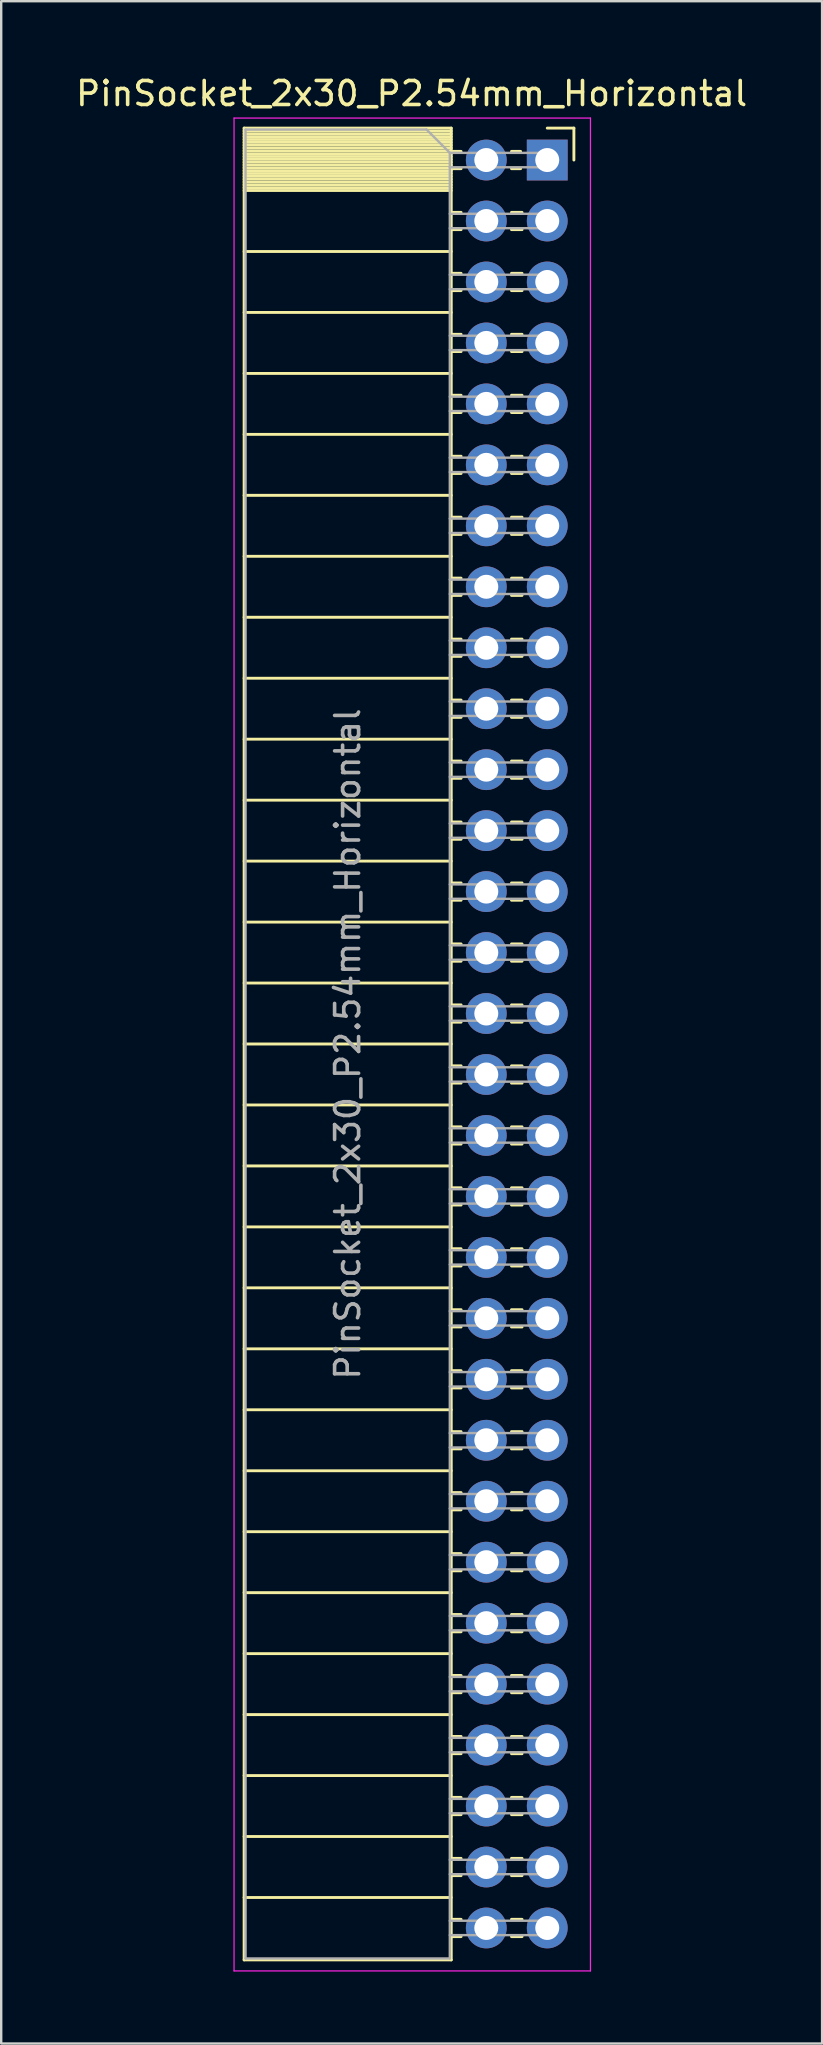
<source format=kicad_pcb>
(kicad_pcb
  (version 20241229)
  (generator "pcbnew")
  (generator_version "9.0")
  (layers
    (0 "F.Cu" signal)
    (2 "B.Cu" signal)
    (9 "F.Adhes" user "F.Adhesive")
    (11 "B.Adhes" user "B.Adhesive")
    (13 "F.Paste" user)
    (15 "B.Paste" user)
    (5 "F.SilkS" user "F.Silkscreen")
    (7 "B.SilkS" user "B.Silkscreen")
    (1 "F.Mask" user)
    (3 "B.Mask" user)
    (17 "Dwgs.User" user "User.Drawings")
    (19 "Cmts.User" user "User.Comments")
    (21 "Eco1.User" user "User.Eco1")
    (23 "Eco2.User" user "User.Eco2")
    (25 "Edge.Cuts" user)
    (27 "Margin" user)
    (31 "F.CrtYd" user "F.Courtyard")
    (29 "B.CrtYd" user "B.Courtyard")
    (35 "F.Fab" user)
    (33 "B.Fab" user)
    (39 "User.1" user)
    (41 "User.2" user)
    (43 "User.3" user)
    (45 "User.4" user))
  (footprint "PinSocket_2x30_P2.54mm_Horizontal"
    (layer "F.Cu")
    (at 19.751 3.618)
    (property "Reference" "PinSocket_2x30_P2.54mm_Horizontal" (at -5.65 -2.77 0) (layer "F.SilkS") (effects (font (size 1 1) (thickness 0.15))))
    (attr through_hole)
    (fp_line (start -12.63 -1.33) (end -12.63 74.99) (stroke (width 0.12) (type solid)) (layer "F.SilkS"))
    (fp_line (start -12.63 -1.33) (end -4 -1.33) (stroke (width 0.12) (type solid)) (layer "F.SilkS"))
    (fp_line (start -12.63 -1.21) (end -4 -1.21) (stroke (width 0.12) (type solid)) (layer "F.SilkS"))
    (fp_line (start -12.63 -1.092) (end -4 -1.092) (stroke (width 0.12) (type solid)) (layer "F.SilkS"))
    (fp_line (start -12.63 -0.974) (end -4 -0.974) (stroke (width 0.12) (type solid)) (layer "F.SilkS"))
    (fp_line (start -12.63 -0.856) (end -4 -0.856) (stroke (width 0.12) (type solid)) (layer "F.SilkS"))
    (fp_line (start -12.63 -0.738) (end -4 -0.738) (stroke (width 0.12) (type solid)) (layer "F.SilkS"))
    (fp_line (start -12.63 -0.62) (end -4 -0.62) (stroke (width 0.12) (type solid)) (layer "F.SilkS"))
    (fp_line (start -12.63 -0.501) (end -4 -0.501) (stroke (width 0.12) (type solid)) (layer "F.SilkS"))
    (fp_line (start -12.63 -0.383) (end -4 -0.383) (stroke (width 0.12) (type solid)) (layer "F.SilkS"))
    (fp_line (start -12.63 -0.265) (end -4 -0.265) (stroke (width 0.12) (type solid)) (layer "F.SilkS"))
    (fp_line (start -12.63 -0.147) (end -4 -0.147) (stroke (width 0.12) (type solid)) (layer "F.SilkS"))
    (fp_line (start -12.63 -0.029) (end -4 -0.029) (stroke (width 0.12) (type solid)) (layer "F.SilkS"))
    (fp_line (start -12.63 0.089) (end -4 0.089) (stroke (width 0.12) (type solid)) (layer "F.SilkS"))
    (fp_line (start -12.63 0.207) (end -4 0.207) (stroke (width 0.12) (type solid)) (layer "F.SilkS"))
    (fp_line (start -12.63 0.325) (end -4 0.325) (stroke (width 0.12) (type solid)) (layer "F.SilkS"))
    (fp_line (start -12.63 0.443) (end -4 0.443) (stroke (width 0.12) (type solid)) (layer "F.SilkS"))
    (fp_line (start -12.63 0.561) (end -4 0.561) (stroke (width 0.12) (type solid)) (layer "F.SilkS"))
    (fp_line (start -12.63 0.68) (end -4 0.68) (stroke (width 0.12) (type solid)) (layer "F.SilkS"))
    (fp_line (start -12.63 0.798) (end -4 0.798) (stroke (width 0.12) (type solid)) (layer "F.SilkS"))
    (fp_line (start -12.63 0.916) (end -4 0.916) (stroke (width 0.12) (type solid)) (layer "F.SilkS"))
    (fp_line (start -12.63 1.034) (end -4 1.034) (stroke (width 0.12) (type solid)) (layer "F.SilkS"))
    (fp_line (start -12.63 1.152) (end -4 1.152) (stroke (width 0.12) (type solid)) (layer "F.SilkS"))
    (fp_line (start -12.63 1.27) (end -4 1.27) (stroke (width 0.12) (type solid)) (layer "F.SilkS"))
    (fp_line (start -12.63 3.81) (end -4 3.81) (stroke (width 0.12) (type solid)) (layer "F.SilkS"))
    (fp_line (start -12.63 6.35) (end -4 6.35) (stroke (width 0.12) (type solid)) (layer "F.SilkS"))
    (fp_line (start -12.63 8.89) (end -4 8.89) (stroke (width 0.12) (type solid)) (layer "F.SilkS"))
    (fp_line (start -12.63 11.43) (end -4 11.43) (stroke (width 0.12) (type solid)) (layer "F.SilkS"))
    (fp_line (start -12.63 13.97) (end -4 13.97) (stroke (width 0.12) (type solid)) (layer "F.SilkS"))
    (fp_line (start -12.63 16.51) (end -4 16.51) (stroke (width 0.12) (type solid)) (layer "F.SilkS"))
    (fp_line (start -12.63 19.05) (end -4 19.05) (stroke (width 0.12) (type solid)) (layer "F.SilkS"))
    (fp_line (start -12.63 21.59) (end -4 21.59) (stroke (width 0.12) (type solid)) (layer "F.SilkS"))
    (fp_line (start -12.63 24.13) (end -4 24.13) (stroke (width 0.12) (type solid)) (layer "F.SilkS"))
    (fp_line (start -12.63 26.67) (end -4 26.67) (stroke (width 0.12) (type solid)) (layer "F.SilkS"))
    (fp_line (start -12.63 29.21) (end -4 29.21) (stroke (width 0.12) (type solid)) (layer "F.SilkS"))
    (fp_line (start -12.63 31.75) (end -4 31.75) (stroke (width 0.12) (type solid)) (layer "F.SilkS"))
    (fp_line (start -12.63 34.29) (end -4 34.29) (stroke (width 0.12) (type solid)) (layer "F.SilkS"))
    (fp_line (start -12.63 36.83) (end -4 36.83) (stroke (width 0.12) (type solid)) (layer "F.SilkS"))
    (fp_line (start -12.63 39.37) (end -4 39.37) (stroke (width 0.12) (type solid)) (layer "F.SilkS"))
    (fp_line (start -12.63 41.91) (end -4 41.91) (stroke (width 0.12) (type solid)) (layer "F.SilkS"))
    (fp_line (start -12.63 44.45) (end -4 44.45) (stroke (width 0.12) (type solid)) (layer "F.SilkS"))
    (fp_line (start -12.63 46.99) (end -4 46.99) (stroke (width 0.12) (type solid)) (layer "F.SilkS"))
    (fp_line (start -12.63 49.53) (end -4 49.53) (stroke (width 0.12) (type solid)) (layer "F.SilkS"))
    (fp_line (start -12.63 52.07) (end -4 52.07) (stroke (width 0.12) (type solid)) (layer "F.SilkS"))
    (fp_line (start -12.63 54.61) (end -4 54.61) (stroke (width 0.12) (type solid)) (layer "F.SilkS"))
    (fp_line (start -12.63 57.15) (end -4 57.15) (stroke (width 0.12) (type solid)) (layer "F.SilkS"))
    (fp_line (start -12.63 59.69) (end -4 59.69) (stroke (width 0.12) (type solid)) (layer "F.SilkS"))
    (fp_line (start -12.63 62.23) (end -4 62.23) (stroke (width 0.12) (type solid)) (layer "F.SilkS"))
    (fp_line (start -12.63 64.77) (end -4 64.77) (stroke (width 0.12) (type solid)) (layer "F.SilkS"))
    (fp_line (start -12.63 67.31) (end -4 67.31) (stroke (width 0.12) (type solid)) (layer "F.SilkS"))
    (fp_line (start -12.63 69.85) (end -4 69.85) (stroke (width 0.12) (type solid)) (layer "F.SilkS"))
    (fp_line (start -12.63 72.39) (end -4 72.39) (stroke (width 0.12) (type solid)) (layer "F.SilkS"))
    (fp_line (start -12.63 74.99) (end -4 74.99) (stroke (width 0.12) (type solid)) (layer "F.SilkS"))
    (fp_line (start -4 -1.33) (end -4 74.99) (stroke (width 0.12) (type solid)) (layer "F.SilkS"))
    (fp_line (start -4 -0.36) (end -3.59 -0.36) (stroke (width 0.12) (type solid)) (layer "F.SilkS"))
    (fp_line (start -4 0.36) (end -3.59 0.36) (stroke (width 0.12) (type solid)) (layer "F.SilkS"))
    (fp_line (start -4 2.18) (end -3.59 2.18) (stroke (width 0.12) (type solid)) (layer "F.SilkS"))
    (fp_line (start -4 2.9) (end -3.59 2.9) (stroke (width 0.12) (type solid)) (layer "F.SilkS"))
    (fp_line (start -4 4.72) (end -3.59 4.72) (stroke (width 0.12) (type solid)) (layer "F.SilkS"))
    (fp_line (start -4 5.44) (end -3.59 5.44) (stroke (width 0.12) (type solid)) (layer "F.SilkS"))
    (fp_line (start -4 7.26) (end -3.59 7.26) (stroke (width 0.12) (type solid)) (layer "F.SilkS"))
    (fp_line (start -4 7.98) (end -3.59 7.98) (stroke (width 0.12) (type solid)) (layer "F.SilkS"))
    (fp_line (start -4 9.8) (end -3.59 9.8) (stroke (width 0.12) (type solid)) (layer "F.SilkS"))
    (fp_line (start -4 10.52) (end -3.59 10.52) (stroke (width 0.12) (type solid)) (layer "F.SilkS"))
    (fp_line (start -4 12.34) (end -3.59 12.34) (stroke (width 0.12) (type solid)) (layer "F.SilkS"))
    (fp_line (start -4 13.06) (end -3.59 13.06) (stroke (width 0.12) (type solid)) (layer "F.SilkS"))
    (fp_line (start -4 14.88) (end -3.59 14.88) (stroke (width 0.12) (type solid)) (layer "F.SilkS"))
    (fp_line (start -4 15.6) (end -3.59 15.6) (stroke (width 0.12) (type solid)) (layer "F.SilkS"))
    (fp_line (start -4 17.42) (end -3.59 17.42) (stroke (width 0.12) (type solid)) (layer "F.SilkS"))
    (fp_line (start -4 18.14) (end -3.59 18.14) (stroke (width 0.12) (type solid)) (layer "F.SilkS"))
    (fp_line (start -4 19.96) (end -3.59 19.96) (stroke (width 0.12) (type solid)) (layer "F.SilkS"))
    (fp_line (start -4 20.68) (end -3.59 20.68) (stroke (width 0.12) (type solid)) (layer "F.SilkS"))
    (fp_line (start -4 22.5) (end -3.59 22.5) (stroke (width 0.12) (type solid)) (layer "F.SilkS"))
    (fp_line (start -4 23.22) (end -3.59 23.22) (stroke (width 0.12) (type solid)) (layer "F.SilkS"))
    (fp_line (start -4 25.04) (end -3.59 25.04) (stroke (width 0.12) (type solid)) (layer "F.SilkS"))
    (fp_line (start -4 25.76) (end -3.59 25.76) (stroke (width 0.12) (type solid)) (layer "F.SilkS"))
    (fp_line (start -4 27.58) (end -3.59 27.58) (stroke (width 0.12) (type solid)) (layer "F.SilkS"))
    (fp_line (start -4 28.3) (end -3.59 28.3) (stroke (width 0.12) (type solid)) (layer "F.SilkS"))
    (fp_line (start -4 30.12) (end -3.59 30.12) (stroke (width 0.12) (type solid)) (layer "F.SilkS"))
    (fp_line (start -4 30.84) (end -3.59 30.84) (stroke (width 0.12) (type solid)) (layer "F.SilkS"))
    (fp_line (start -4 32.66) (end -3.59 32.66) (stroke (width 0.12) (type solid)) (layer "F.SilkS"))
    (fp_line (start -4 33.38) (end -3.59 33.38) (stroke (width 0.12) (type solid)) (layer "F.SilkS"))
    (fp_line (start -4 35.2) (end -3.59 35.2) (stroke (width 0.12) (type solid)) (layer "F.SilkS"))
    (fp_line (start -4 35.92) (end -3.59 35.92) (stroke (width 0.12) (type solid)) (layer "F.SilkS"))
    (fp_line (start -4 37.74) (end -3.59 37.74) (stroke (width 0.12) (type solid)) (layer "F.SilkS"))
    (fp_line (start -4 38.46) (end -3.59 38.46) (stroke (width 0.12) (type solid)) (layer "F.SilkS"))
    (fp_line (start -4 40.28) (end -3.59 40.28) (stroke (width 0.12) (type solid)) (layer "F.SilkS"))
    (fp_line (start -4 41) (end -3.59 41) (stroke (width 0.12) (type solid)) (layer "F.SilkS"))
    (fp_line (start -4 42.82) (end -3.59 42.82) (stroke (width 0.12) (type solid)) (layer "F.SilkS"))
    (fp_line (start -4 43.54) (end -3.59 43.54) (stroke (width 0.12) (type solid)) (layer "F.SilkS"))
    (fp_line (start -4 45.36) (end -3.59 45.36) (stroke (width 0.12) (type solid)) (layer "F.SilkS"))
    (fp_line (start -4 46.08) (end -3.59 46.08) (stroke (width 0.12) (type solid)) (layer "F.SilkS"))
    (fp_line (start -4 47.9) (end -3.59 47.9) (stroke (width 0.12) (type solid)) (layer "F.SilkS"))
    (fp_line (start -4 48.62) (end -3.59 48.62) (stroke (width 0.12) (type solid)) (layer "F.SilkS"))
    (fp_line (start -4 50.44) (end -3.59 50.44) (stroke (width 0.12) (type solid)) (layer "F.SilkS"))
    (fp_line (start -4 51.16) (end -3.59 51.16) (stroke (width 0.12) (type solid)) (layer "F.SilkS"))
    (fp_line (start -4 52.98) (end -3.59 52.98) (stroke (width 0.12) (type solid)) (layer "F.SilkS"))
    (fp_line (start -4 53.7) (end -3.59 53.7) (stroke (width 0.12) (type solid)) (layer "F.SilkS"))
    (fp_line (start -4 55.52) (end -3.59 55.52) (stroke (width 0.12) (type solid)) (layer "F.SilkS"))
    (fp_line (start -4 56.24) (end -3.59 56.24) (stroke (width 0.12) (type solid)) (layer "F.SilkS"))
    (fp_line (start -4 58.06) (end -3.59 58.06) (stroke (width 0.12) (type solid)) (layer "F.SilkS"))
    (fp_line (start -4 58.78) (end -3.59 58.78) (stroke (width 0.12) (type solid)) (layer "F.SilkS"))
    (fp_line (start -4 60.6) (end -3.59 60.6) (stroke (width 0.12) (type solid)) (layer "F.SilkS"))
    (fp_line (start -4 61.32) (end -3.59 61.32) (stroke (width 0.12) (type solid)) (layer "F.SilkS"))
    (fp_line (start -4 63.14) (end -3.59 63.14) (stroke (width 0.12) (type solid)) (layer "F.SilkS"))
    (fp_line (start -4 63.86) (end -3.59 63.86) (stroke (width 0.12) (type solid)) (layer "F.SilkS"))
    (fp_line (start -4 65.68) (end -3.59 65.68) (stroke (width 0.12) (type solid)) (layer "F.SilkS"))
    (fp_line (start -4 66.4) (end -3.59 66.4) (stroke (width 0.12) (type solid)) (layer "F.SilkS"))
    (fp_line (start -4 68.22) (end -3.59 68.22) (stroke (width 0.12) (type solid)) (layer "F.SilkS"))
    (fp_line (start -4 68.94) (end -3.59 68.94) (stroke (width 0.12) (type solid)) (layer "F.SilkS"))
    (fp_line (start -4 70.76) (end -3.59 70.76) (stroke (width 0.12) (type solid)) (layer "F.SilkS"))
    (fp_line (start -4 71.48) (end -3.59 71.48) (stroke (width 0.12) (type solid)) (layer "F.SilkS"))
    (fp_line (start -4 73.3) (end -3.59 73.3) (stroke (width 0.12) (type solid)) (layer "F.SilkS"))
    (fp_line (start -4 74.02) (end -3.59 74.02) (stroke (width 0.12) (type solid)) (layer "F.SilkS"))
    (fp_line (start -1.49 -0.36) (end -1.11 -0.36) (stroke (width 0.12) (type solid)) (layer "F.SilkS"))
    (fp_line (start -1.49 0.36) (end -1.11 0.36) (stroke (width 0.12) (type solid)) (layer "F.SilkS"))
    (fp_line (start -1.49 2.18) (end -1.05 2.18) (stroke (width 0.12) (type solid)) (layer "F.SilkS"))
    (fp_line (start -1.49 2.9) (end -1.05 2.9) (stroke (width 0.12) (type solid)) (layer "F.SilkS"))
    (fp_line (start -1.49 4.72) (end -1.05 4.72) (stroke (width 0.12) (type solid)) (layer "F.SilkS"))
    (fp_line (start -1.49 5.44) (end -1.05 5.44) (stroke (width 0.12) (type solid)) (layer "F.SilkS"))
    (fp_line (start -1.49 7.26) (end -1.05 7.26) (stroke (width 0.12) (type solid)) (layer "F.SilkS"))
    (fp_line (start -1.49 7.98) (end -1.05 7.98) (stroke (width 0.12) (type solid)) (layer "F.SilkS"))
    (fp_line (start -1.49 9.8) (end -1.05 9.8) (stroke (width 0.12) (type solid)) (layer "F.SilkS"))
    (fp_line (start -1.49 10.52) (end -1.05 10.52) (stroke (width 0.12) (type solid)) (layer "F.SilkS"))
    (fp_line (start -1.49 12.34) (end -1.05 12.34) (stroke (width 0.12) (type solid)) (layer "F.SilkS"))
    (fp_line (start -1.49 13.06) (end -1.05 13.06) (stroke (width 0.12) (type solid)) (layer "F.SilkS"))
    (fp_line (start -1.49 14.88) (end -1.05 14.88) (stroke (width 0.12) (type solid)) (layer "F.SilkS"))
    (fp_line (start -1.49 15.6) (end -1.05 15.6) (stroke (width 0.12) (type solid)) (layer "F.SilkS"))
    (fp_line (start -1.49 17.42) (end -1.05 17.42) (stroke (width 0.12) (type solid)) (layer "F.SilkS"))
    (fp_line (start -1.49 18.14) (end -1.05 18.14) (stroke (width 0.12) (type solid)) (layer "F.SilkS"))
    (fp_line (start -1.49 19.96) (end -1.05 19.96) (stroke (width 0.12) (type solid)) (layer "F.SilkS"))
    (fp_line (start -1.49 20.68) (end -1.05 20.68) (stroke (width 0.12) (type solid)) (layer "F.SilkS"))
    (fp_line (start -1.49 22.5) (end -1.05 22.5) (stroke (width 0.12) (type solid)) (layer "F.SilkS"))
    (fp_line (start -1.49 23.22) (end -1.05 23.22) (stroke (width 0.12) (type solid)) (layer "F.SilkS"))
    (fp_line (start -1.49 25.04) (end -1.05 25.04) (stroke (width 0.12) (type solid)) (layer "F.SilkS"))
    (fp_line (start -1.49 25.76) (end -1.05 25.76) (stroke (width 0.12) (type solid)) (layer "F.SilkS"))
    (fp_line (start -1.49 27.58) (end -1.05 27.58) (stroke (width 0.12) (type solid)) (layer "F.SilkS"))
    (fp_line (start -1.49 28.3) (end -1.05 28.3) (stroke (width 0.12) (type solid)) (layer "F.SilkS"))
    (fp_line (start -1.49 30.12) (end -1.05 30.12) (stroke (width 0.12) (type solid)) (layer "F.SilkS"))
    (fp_line (start -1.49 30.84) (end -1.05 30.84) (stroke (width 0.12) (type solid)) (layer "F.SilkS"))
    (fp_line (start -1.49 32.66) (end -1.05 32.66) (stroke (width 0.12) (type solid)) (layer "F.SilkS"))
    (fp_line (start -1.49 33.38) (end -1.05 33.38) (stroke (width 0.12) (type solid)) (layer "F.SilkS"))
    (fp_line (start -1.49 35.2) (end -1.05 35.2) (stroke (width 0.12) (type solid)) (layer "F.SilkS"))
    (fp_line (start -1.49 35.92) (end -1.05 35.92) (stroke (width 0.12) (type solid)) (layer "F.SilkS"))
    (fp_line (start -1.49 37.74) (end -1.05 37.74) (stroke (width 0.12) (type solid)) (layer "F.SilkS"))
    (fp_line (start -1.49 38.46) (end -1.05 38.46) (stroke (width 0.12) (type solid)) (layer "F.SilkS"))
    (fp_line (start -1.49 40.28) (end -1.05 40.28) (stroke (width 0.12) (type solid)) (layer "F.SilkS"))
    (fp_line (start -1.49 41) (end -1.05 41) (stroke (width 0.12) (type solid)) (layer "F.SilkS"))
    (fp_line (start -1.49 42.82) (end -1.05 42.82) (stroke (width 0.12) (type solid)) (layer "F.SilkS"))
    (fp_line (start -1.49 43.54) (end -1.05 43.54) (stroke (width 0.12) (type solid)) (layer "F.SilkS"))
    (fp_line (start -1.49 45.36) (end -1.05 45.36) (stroke (width 0.12) (type solid)) (layer "F.SilkS"))
    (fp_line (start -1.49 46.08) (end -1.05 46.08) (stroke (width 0.12) (type solid)) (layer "F.SilkS"))
    (fp_line (start -1.49 47.9) (end -1.05 47.9) (stroke (width 0.12) (type solid)) (layer "F.SilkS"))
    (fp_line (start -1.49 48.62) (end -1.05 48.62) (stroke (width 0.12) (type solid)) (layer "F.SilkS"))
    (fp_line (start -1.49 50.44) (end -1.05 50.44) (stroke (width 0.12) (type solid)) (layer "F.SilkS"))
    (fp_line (start -1.49 51.16) (end -1.05 51.16) (stroke (width 0.12) (type solid)) (layer "F.SilkS"))
    (fp_line (start -1.49 52.98) (end -1.05 52.98) (stroke (width 0.12) (type solid)) (layer "F.SilkS"))
    (fp_line (start -1.49 53.7) (end -1.05 53.7) (stroke (width 0.12) (type solid)) (layer "F.SilkS"))
    (fp_line (start -1.49 55.52) (end -1.05 55.52) (stroke (width 0.12) (type solid)) (layer "F.SilkS"))
    (fp_line (start -1.49 56.24) (end -1.05 56.24) (stroke (width 0.12) (type solid)) (layer "F.SilkS"))
    (fp_line (start -1.49 58.06) (end -1.05 58.06) (stroke (width 0.12) (type solid)) (layer "F.SilkS"))
    (fp_line (start -1.49 58.78) (end -1.05 58.78) (stroke (width 0.12) (type solid)) (layer "F.SilkS"))
    (fp_line (start -1.49 60.6) (end -1.05 60.6) (stroke (width 0.12) (type solid)) (layer "F.SilkS"))
    (fp_line (start -1.49 61.32) (end -1.05 61.32) (stroke (width 0.12) (type solid)) (layer "F.SilkS"))
    (fp_line (start -1.49 63.14) (end -1.05 63.14) (stroke (width 0.12) (type solid)) (layer "F.SilkS"))
    (fp_line (start -1.49 63.86) (end -1.05 63.86) (stroke (width 0.12) (type solid)) (layer "F.SilkS"))
    (fp_line (start -1.49 65.68) (end -1.05 65.68) (stroke (width 0.12) (type solid)) (layer "F.SilkS"))
    (fp_line (start -1.49 66.4) (end -1.05 66.4) (stroke (width 0.12) (type solid)) (layer "F.SilkS"))
    (fp_line (start -1.49 68.22) (end -1.05 68.22) (stroke (width 0.12) (type solid)) (layer "F.SilkS"))
    (fp_line (start -1.49 68.94) (end -1.05 68.94) (stroke (width 0.12) (type solid)) (layer "F.SilkS"))
    (fp_line (start -1.49 70.76) (end -1.05 70.76) (stroke (width 0.12) (type solid)) (layer "F.SilkS"))
    (fp_line (start -1.49 71.48) (end -1.05 71.48) (stroke (width 0.12) (type solid)) (layer "F.SilkS"))
    (fp_line (start -1.49 73.3) (end -1.05 73.3) (stroke (width 0.12) (type solid)) (layer "F.SilkS"))
    (fp_line (start -1.49 74.02) (end -1.05 74.02) (stroke (width 0.12) (type solid)) (layer "F.SilkS"))
    (fp_line (start 0 -1.33) (end 1.11 -1.33) (stroke (width 0.12) (type solid)) (layer "F.SilkS"))
    (fp_line (start 1.11 -1.33) (end 1.11 0) (stroke (width 0.12) (type solid)) (layer "F.SilkS"))
    (fp_line (start -13.05 -1.75) (end -13.05 75.45) (stroke (width 0.05) (type solid)) (layer "F.CrtYd"))
    (fp_line (start -13.05 75.45) (end 1.8 75.45) (stroke (width 0.05) (type solid)) (layer "F.CrtYd"))
    (fp_line (start 1.8 -1.75) (end -13.05 -1.75) (stroke (width 0.05) (type solid)) (layer "F.CrtYd"))
    (fp_line (start 1.8 75.45) (end 1.8 -1.75) (stroke (width 0.05) (type solid)) (layer "F.CrtYd"))
    (fp_line (start -12.57 -1.27) (end -5.03 -1.27) (stroke (width 0.1) (type solid)) (layer "F.Fab"))
    (fp_line (start -12.57 74.93) (end -12.57 -1.27) (stroke (width 0.1) (type solid)) (layer "F.Fab"))
    (fp_line (start -5.03 -1.27) (end -4.06 -0.3) (stroke (width 0.1) (type solid)) (layer "F.Fab"))
    (fp_line (start -4.06 -0.3) (end -4.06 74.93) (stroke (width 0.1) (type solid)) (layer "F.Fab"))
    (fp_line (start -4.06 0.3) (end 0 0.3) (stroke (width 0.1) (type solid)) (layer "F.Fab"))
    (fp_line (start -4.06 2.84) (end 0 2.84) (stroke (width 0.1) (type solid)) (layer "F.Fab"))
    (fp_line (start -4.06 5.38) (end 0 5.38) (stroke (width 0.1) (type solid)) (layer "F.Fab"))
    (fp_line (start -4.06 7.92) (end 0 7.92) (stroke (width 0.1) (type solid)) (layer "F.Fab"))
    (fp_line (start -4.06 10.46) (end 0 10.46) (stroke (width 0.1) (type solid)) (layer "F.Fab"))
    (fp_line (start -4.06 13) (end 0 13) (stroke (width 0.1) (type solid)) (layer "F.Fab"))
    (fp_line (start -4.06 15.54) (end 0 15.54) (stroke (width 0.1) (type solid)) (layer "F.Fab"))
    (fp_line (start -4.06 18.08) (end 0 18.08) (stroke (width 0.1) (type solid)) (layer "F.Fab"))
    (fp_line (start -4.06 20.62) (end 0 20.62) (stroke (width 0.1) (type solid)) (layer "F.Fab"))
    (fp_line (start -4.06 23.16) (end 0 23.16) (stroke (width 0.1) (type solid)) (layer "F.Fab"))
    (fp_line (start -4.06 25.7) (end 0 25.7) (stroke (width 0.1) (type solid)) (layer "F.Fab"))
    (fp_line (start -4.06 28.24) (end 0 28.24) (stroke (width 0.1) (type solid)) (layer "F.Fab"))
    (fp_line (start -4.06 30.78) (end 0 30.78) (stroke (width 0.1) (type solid)) (layer "F.Fab"))
    (fp_line (start -4.06 33.32) (end 0 33.32) (stroke (width 0.1) (type solid)) (layer "F.Fab"))
    (fp_line (start -4.06 35.86) (end 0 35.86) (stroke (width 0.1) (type solid)) (layer "F.Fab"))
    (fp_line (start -4.06 38.4) (end 0 38.4) (stroke (width 0.1) (type solid)) (layer "F.Fab"))
    (fp_line (start -4.06 40.94) (end 0 40.94) (stroke (width 0.1) (type solid)) (layer "F.Fab"))
    (fp_line (start -4.06 43.48) (end 0 43.48) (stroke (width 0.1) (type solid)) (layer "F.Fab"))
    (fp_line (start -4.06 46.02) (end 0 46.02) (stroke (width 0.1) (type solid)) (layer "F.Fab"))
    (fp_line (start -4.06 48.56) (end 0 48.56) (stroke (width 0.1) (type solid)) (layer "F.Fab"))
    (fp_line (start -4.06 51.1) (end 0 51.1) (stroke (width 0.1) (type solid)) (layer "F.Fab"))
    (fp_line (start -4.06 53.64) (end 0 53.64) (stroke (width 0.1) (type solid)) (layer "F.Fab"))
    (fp_line (start -4.06 56.18) (end 0 56.18) (stroke (width 0.1) (type solid)) (layer "F.Fab"))
    (fp_line (start -4.06 58.72) (end 0 58.72) (stroke (width 0.1) (type solid)) (layer "F.Fab"))
    (fp_line (start -4.06 61.26) (end 0 61.26) (stroke (width 0.1) (type solid)) (layer "F.Fab"))
    (fp_line (start -4.06 63.8) (end 0 63.8) (stroke (width 0.1) (type solid)) (layer "F.Fab"))
    (fp_line (start -4.06 66.34) (end 0 66.34) (stroke (width 0.1) (type solid)) (layer "F.Fab"))
    (fp_line (start -4.06 68.88) (end 0 68.88) (stroke (width 0.1) (type solid)) (layer "F.Fab"))
    (fp_line (start -4.06 71.42) (end 0 71.42) (stroke (width 0.1) (type solid)) (layer "F.Fab"))
    (fp_line (start -4.06 73.96) (end 0 73.96) (stroke (width 0.1) (type solid)) (layer "F.Fab"))
    (fp_line (start -4.06 74.93) (end -12.57 74.93) (stroke (width 0.1) (type solid)) (layer "F.Fab"))
    (fp_line (start 0 -0.3) (end -4.06 -0.3) (stroke (width 0.1) (type solid)) (layer "F.Fab"))
    (fp_line (start 0 0.3) (end 0 -0.3) (stroke (width 0.1) (type solid)) (layer "F.Fab"))
    (fp_line (start 0 2.24) (end -4.06 2.24) (stroke (width 0.1) (type solid)) (layer "F.Fab"))
    (fp_line (start 0 2.84) (end 0 2.24) (stroke (width 0.1) (type solid)) (layer "F.Fab"))
    (fp_line (start 0 4.78) (end -4.06 4.78) (stroke (width 0.1) (type solid)) (layer "F.Fab"))
    (fp_line (start 0 5.38) (end 0 4.78) (stroke (width 0.1) (type solid)) (layer "F.Fab"))
    (fp_line (start 0 7.32) (end -4.06 7.32) (stroke (width 0.1) (type solid)) (layer "F.Fab"))
    (fp_line (start 0 7.92) (end 0 7.32) (stroke (width 0.1) (type solid)) (layer "F.Fab"))
    (fp_line (start 0 9.86) (end -4.06 9.86) (stroke (width 0.1) (type solid)) (layer "F.Fab"))
    (fp_line (start 0 10.46) (end 0 9.86) (stroke (width 0.1) (type solid)) (layer "F.Fab"))
    (fp_line (start 0 12.4) (end -4.06 12.4) (stroke (width 0.1) (type solid)) (layer "F.Fab"))
    (fp_line (start 0 13) (end 0 12.4) (stroke (width 0.1) (type solid)) (layer "F.Fab"))
    (fp_line (start 0 14.94) (end -4.06 14.94) (stroke (width 0.1) (type solid)) (layer "F.Fab"))
    (fp_line (start 0 15.54) (end 0 14.94) (stroke (width 0.1) (type solid)) (layer "F.Fab"))
    (fp_line (start 0 17.48) (end -4.06 17.48) (stroke (width 0.1) (type solid)) (layer "F.Fab"))
    (fp_line (start 0 18.08) (end 0 17.48) (stroke (width 0.1) (type solid)) (layer "F.Fab"))
    (fp_line (start 0 20.02) (end -4.06 20.02) (stroke (width 0.1) (type solid)) (layer "F.Fab"))
    (fp_line (start 0 20.62) (end 0 20.02) (stroke (width 0.1) (type solid)) (layer "F.Fab"))
    (fp_line (start 0 22.56) (end -4.06 22.56) (stroke (width 0.1) (type solid)) (layer "F.Fab"))
    (fp_line (start 0 23.16) (end 0 22.56) (stroke (width 0.1) (type solid)) (layer "F.Fab"))
    (fp_line (start 0 25.1) (end -4.06 25.1) (stroke (width 0.1) (type solid)) (layer "F.Fab"))
    (fp_line (start 0 25.7) (end 0 25.1) (stroke (width 0.1) (type solid)) (layer "F.Fab"))
    (fp_line (start 0 27.64) (end -4.06 27.64) (stroke (width 0.1) (type solid)) (layer "F.Fab"))
    (fp_line (start 0 28.24) (end 0 27.64) (stroke (width 0.1) (type solid)) (layer "F.Fab"))
    (fp_line (start 0 30.18) (end -4.06 30.18) (stroke (width 0.1) (type solid)) (layer "F.Fab"))
    (fp_line (start 0 30.78) (end 0 30.18) (stroke (width 0.1) (type solid)) (layer "F.Fab"))
    (fp_line (start 0 32.72) (end -4.06 32.72) (stroke (width 0.1) (type solid)) (layer "F.Fab"))
    (fp_line (start 0 33.32) (end 0 32.72) (stroke (width 0.1) (type solid)) (layer "F.Fab"))
    (fp_line (start 0 35.26) (end -4.06 35.26) (stroke (width 0.1) (type solid)) (layer "F.Fab"))
    (fp_line (start 0 35.86) (end 0 35.26) (stroke (width 0.1) (type solid)) (layer "F.Fab"))
    (fp_line (start 0 37.8) (end -4.06 37.8) (stroke (width 0.1) (type solid)) (layer "F.Fab"))
    (fp_line (start 0 38.4) (end 0 37.8) (stroke (width 0.1) (type solid)) (layer "F.Fab"))
    (fp_line (start 0 40.34) (end -4.06 40.34) (stroke (width 0.1) (type solid)) (layer "F.Fab"))
    (fp_line (start 0 40.94) (end 0 40.34) (stroke (width 0.1) (type solid)) (layer "F.Fab"))
    (fp_line (start 0 42.88) (end -4.06 42.88) (stroke (width 0.1) (type solid)) (layer "F.Fab"))
    (fp_line (start 0 43.48) (end 0 42.88) (stroke (width 0.1) (type solid)) (layer "F.Fab"))
    (fp_line (start 0 45.42) (end -4.06 45.42) (stroke (width 0.1) (type solid)) (layer "F.Fab"))
    (fp_line (start 0 46.02) (end 0 45.42) (stroke (width 0.1) (type solid)) (layer "F.Fab"))
    (fp_line (start 0 47.96) (end -4.06 47.96) (stroke (width 0.1) (type solid)) (layer "F.Fab"))
    (fp_line (start 0 48.56) (end 0 47.96) (stroke (width 0.1) (type solid)) (layer "F.Fab"))
    (fp_line (start 0 50.5) (end -4.06 50.5) (stroke (width 0.1) (type solid)) (layer "F.Fab"))
    (fp_line (start 0 51.1) (end 0 50.5) (stroke (width 0.1) (type solid)) (layer "F.Fab"))
    (fp_line (start 0 53.04) (end -4.06 53.04) (stroke (width 0.1) (type solid)) (layer "F.Fab"))
    (fp_line (start 0 53.64) (end 0 53.04) (stroke (width 0.1) (type solid)) (layer "F.Fab"))
    (fp_line (start 0 55.58) (end -4.06 55.58) (stroke (width 0.1) (type solid)) (layer "F.Fab"))
    (fp_line (start 0 56.18) (end 0 55.58) (stroke (width 0.1) (type solid)) (layer "F.Fab"))
    (fp_line (start 0 58.12) (end -4.06 58.12) (stroke (width 0.1) (type solid)) (layer "F.Fab"))
    (fp_line (start 0 58.72) (end 0 58.12) (stroke (width 0.1) (type solid)) (layer "F.Fab"))
    (fp_line (start 0 60.66) (end -4.06 60.66) (stroke (width 0.1) (type solid)) (layer "F.Fab"))
    (fp_line (start 0 61.26) (end 0 60.66) (stroke (width 0.1) (type solid)) (layer "F.Fab"))
    (fp_line (start 0 63.2) (end -4.06 63.2) (stroke (width 0.1) (type solid)) (layer "F.Fab"))
    (fp_line (start 0 63.8) (end 0 63.2) (stroke (width 0.1) (type solid)) (layer "F.Fab"))
    (fp_line (start 0 65.74) (end -4.06 65.74) (stroke (width 0.1) (type solid)) (layer "F.Fab"))
    (fp_line (start 0 66.34) (end 0 65.74) (stroke (width 0.1) (type solid)) (layer "F.Fab"))
    (fp_line (start 0 68.28) (end -4.06 68.28) (stroke (width 0.1) (type solid)) (layer "F.Fab"))
    (fp_line (start 0 68.88) (end 0 68.28) (stroke (width 0.1) (type solid)) (layer "F.Fab"))
    (fp_line (start 0 70.82) (end -4.06 70.82) (stroke (width 0.1) (type solid)) (layer "F.Fab"))
    (fp_line (start 0 71.42) (end 0 70.82) (stroke (width 0.1) (type solid)) (layer "F.Fab"))
    (fp_line (start 0 73.36) (end -4.06 73.36) (stroke (width 0.1) (type solid)) (layer "F.Fab"))
    (fp_line (start 0 73.96) (end 0 73.36) (stroke (width 0.1) (type solid)) (layer "F.Fab"))
    (fp_text user "${REFERENCE}" (at -8.315 36.83 90) (layer "F.Fab") (effects (font (size 1 1) (thickness 0.15))))
    (pad "1" thru_hole rect (at 0 0) (size 1.7 1.7) (drill 1) (layers "*.Cu" "*.Mask"))
    (pad "2" thru_hole oval (at -2.54 0) (size 1.7 1.7) (drill 1) (layers "*.Cu" "*.Mask"))
    (pad "3" thru_hole oval (at 0 2.54) (size 1.7 1.7) (drill 1) (layers "*.Cu" "*.Mask"))
    (pad "4" thru_hole oval (at -2.54 2.54) (size 1.7 1.7) (drill 1) (layers "*.Cu" "*.Mask"))
    (pad "5" thru_hole oval (at 0 5.08) (size 1.7 1.7) (drill 1) (layers "*.Cu" "*.Mask"))
    (pad "6" thru_hole oval (at -2.54 5.08) (size 1.7 1.7) (drill 1) (layers "*.Cu" "*.Mask"))
    (pad "7" thru_hole oval (at 0 7.62) (size 1.7 1.7) (drill 1) (layers "*.Cu" "*.Mask"))
    (pad "8" thru_hole oval (at -2.54 7.62) (size 1.7 1.7) (drill 1) (layers "*.Cu" "*.Mask"))
    (pad "9" thru_hole oval (at 0 10.16) (size 1.7 1.7) (drill 1) (layers "*.Cu" "*.Mask"))
    (pad "10" thru_hole oval (at -2.54 10.16) (size 1.7 1.7) (drill 1) (layers "*.Cu" "*.Mask"))
    (pad "11" thru_hole oval (at 0 12.7) (size 1.7 1.7) (drill 1) (layers "*.Cu" "*.Mask"))
    (pad "12" thru_hole oval (at -2.54 12.7) (size 1.7 1.7) (drill 1) (layers "*.Cu" "*.Mask"))
    (pad "13" thru_hole oval (at 0 15.24) (size 1.7 1.7) (drill 1) (layers "*.Cu" "*.Mask"))
    (pad "14" thru_hole oval (at -2.54 15.24) (size 1.7 1.7) (drill 1) (layers "*.Cu" "*.Mask"))
    (pad "15" thru_hole oval (at 0 17.78) (size 1.7 1.7) (drill 1) (layers "*.Cu" "*.Mask"))
    (pad "16" thru_hole oval (at -2.54 17.78) (size 1.7 1.7) (drill 1) (layers "*.Cu" "*.Mask"))
    (pad "17" thru_hole oval (at 0 20.32) (size 1.7 1.7) (drill 1) (layers "*.Cu" "*.Mask"))
    (pad "18" thru_hole oval (at -2.54 20.32) (size 1.7 1.7) (drill 1) (layers "*.Cu" "*.Mask"))
    (pad "19" thru_hole oval (at 0 22.86) (size 1.7 1.7) (drill 1) (layers "*.Cu" "*.Mask"))
    (pad "20" thru_hole oval (at -2.54 22.86) (size 1.7 1.7) (drill 1) (layers "*.Cu" "*.Mask"))
    (pad "21" thru_hole oval (at 0 25.4) (size 1.7 1.7) (drill 1) (layers "*.Cu" "*.Mask"))
    (pad "22" thru_hole oval (at -2.54 25.4) (size 1.7 1.7) (drill 1) (layers "*.Cu" "*.Mask"))
    (pad "23" thru_hole oval (at 0 27.94) (size 1.7 1.7) (drill 1) (layers "*.Cu" "*.Mask"))
    (pad "24" thru_hole oval (at -2.54 27.94) (size 1.7 1.7) (drill 1) (layers "*.Cu" "*.Mask"))
    (pad "25" thru_hole oval (at 0 30.48) (size 1.7 1.7) (drill 1) (layers "*.Cu" "*.Mask"))
    (pad "26" thru_hole oval (at -2.54 30.48) (size 1.7 1.7) (drill 1) (layers "*.Cu" "*.Mask"))
    (pad "27" thru_hole oval (at 0 33.02) (size 1.7 1.7) (drill 1) (layers "*.Cu" "*.Mask"))
    (pad "28" thru_hole oval (at -2.54 33.02) (size 1.7 1.7) (drill 1) (layers "*.Cu" "*.Mask"))
    (pad "29" thru_hole oval (at 0 35.56) (size 1.7 1.7) (drill 1) (layers "*.Cu" "*.Mask"))
    (pad "30" thru_hole oval (at -2.54 35.56) (size 1.7 1.7) (drill 1) (layers "*.Cu" "*.Mask"))
    (pad "31" thru_hole oval (at 0 38.1) (size 1.7 1.7) (drill 1) (layers "*.Cu" "*.Mask"))
    (pad "32" thru_hole oval (at -2.54 38.1) (size 1.7 1.7) (drill 1) (layers "*.Cu" "*.Mask"))
    (pad "33" thru_hole oval (at 0 40.64) (size 1.7 1.7) (drill 1) (layers "*.Cu" "*.Mask"))
    (pad "34" thru_hole oval (at -2.54 40.64) (size 1.7 1.7) (drill 1) (layers "*.Cu" "*.Mask"))
    (pad "35" thru_hole oval (at 0 43.18) (size 1.7 1.7) (drill 1) (layers "*.Cu" "*.Mask"))
    (pad "36" thru_hole oval (at -2.54 43.18) (size 1.7 1.7) (drill 1) (layers "*.Cu" "*.Mask"))
    (pad "37" thru_hole oval (at 0 45.72) (size 1.7 1.7) (drill 1) (layers "*.Cu" "*.Mask"))
    (pad "38" thru_hole oval (at -2.54 45.72) (size 1.7 1.7) (drill 1) (layers "*.Cu" "*.Mask"))
    (pad "39" thru_hole oval (at 0 48.26) (size 1.7 1.7) (drill 1) (layers "*.Cu" "*.Mask"))
    (pad "40" thru_hole oval (at -2.54 48.26) (size 1.7 1.7) (drill 1) (layers "*.Cu" "*.Mask"))
    (pad "41" thru_hole oval (at 0 50.8) (size 1.7 1.7) (drill 1) (layers "*.Cu" "*.Mask"))
    (pad "42" thru_hole oval (at -2.54 50.8) (size 1.7 1.7) (drill 1) (layers "*.Cu" "*.Mask"))
    (pad "43" thru_hole oval (at 0 53.34) (size 1.7 1.7) (drill 1) (layers "*.Cu" "*.Mask"))
    (pad "44" thru_hole oval (at -2.54 53.34) (size 1.7 1.7) (drill 1) (layers "*.Cu" "*.Mask"))
    (pad "45" thru_hole oval (at 0 55.88) (size 1.7 1.7) (drill 1) (layers "*.Cu" "*.Mask"))
    (pad "46" thru_hole oval (at -2.54 55.88) (size 1.7 1.7) (drill 1) (layers "*.Cu" "*.Mask"))
    (pad "47" thru_hole oval (at 0 58.42) (size 1.7 1.7) (drill 1) (layers "*.Cu" "*.Mask"))
    (pad "48" thru_hole oval (at -2.54 58.42) (size 1.7 1.7) (drill 1) (layers "*.Cu" "*.Mask"))
    (pad "49" thru_hole oval (at 0 60.96) (size 1.7 1.7) (drill 1) (layers "*.Cu" "*.Mask"))
    (pad "50" thru_hole oval (at -2.54 60.96) (size 1.7 1.7) (drill 1) (layers "*.Cu" "*.Mask"))
    (pad "51" thru_hole oval (at 0 63.5) (size 1.7 1.7) (drill 1) (layers "*.Cu" "*.Mask"))
    (pad "52" thru_hole oval (at -2.54 63.5) (size 1.7 1.7) (drill 1) (layers "*.Cu" "*.Mask"))
    (pad "53" thru_hole oval (at 0 66.04) (size 1.7 1.7) (drill 1) (layers "*.Cu" "*.Mask"))
    (pad "54" thru_hole oval (at -2.54 66.04) (size 1.7 1.7) (drill 1) (layers "*.Cu" "*.Mask"))
    (pad "55" thru_hole oval (at 0 68.58) (size 1.7 1.7) (drill 1) (layers "*.Cu" "*.Mask"))
    (pad "56" thru_hole oval (at -2.54 68.58) (size 1.7 1.7) (drill 1) (layers "*.Cu" "*.Mask"))
    (pad "57" thru_hole oval (at 0 71.12) (size 1.7 1.7) (drill 1) (layers "*.Cu" "*.Mask"))
    (pad "58" thru_hole oval (at -2.54 71.12) (size 1.7 1.7) (drill 1) (layers "*.Cu" "*.Mask"))
    (pad "59" thru_hole oval (at 0 73.66) (size 1.7 1.7) (drill 1) (layers "*.Cu" "*.Mask"))
    (pad "60" thru_hole oval (at -2.54 73.66) (size 1.7 1.7) (drill 1) (layers "*.Cu" "*.Mask")))
  (gr_rect
    (start -3 -3)
    (end 31.202 82.093)
    (stroke (width 0.1) (type default))
    (fill no)
    (layer "Edge.Cuts")))
</source>
